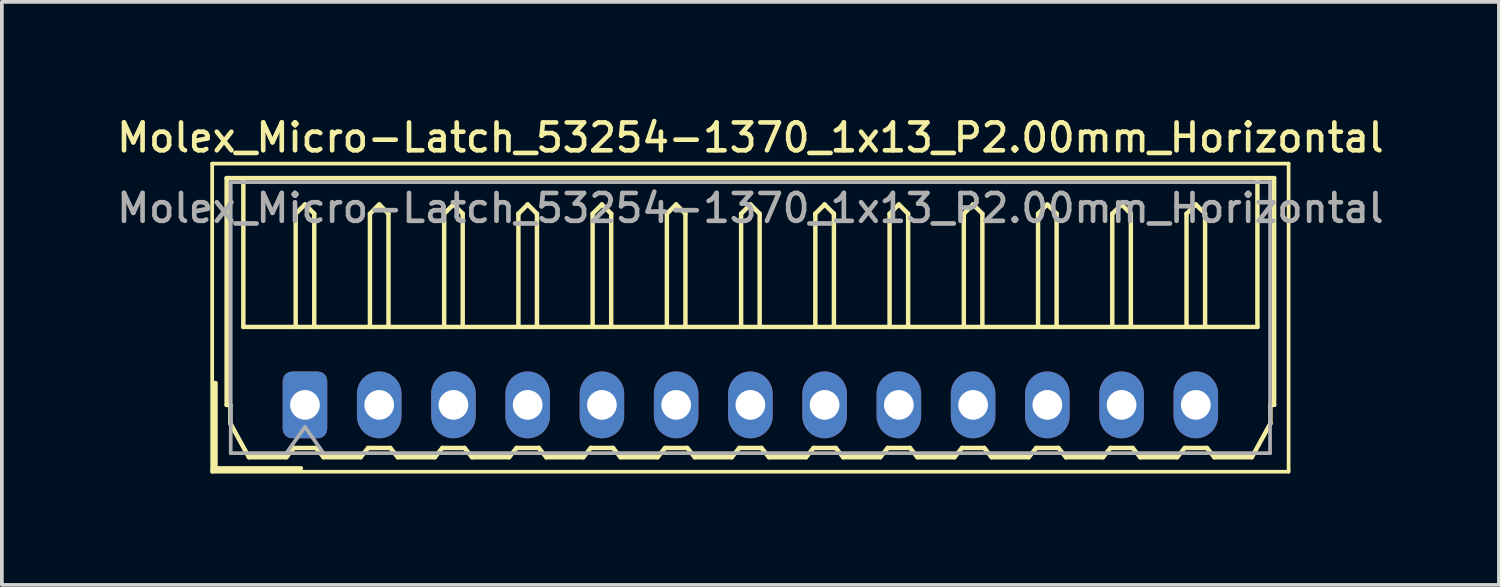
<source format=kicad_pcb>
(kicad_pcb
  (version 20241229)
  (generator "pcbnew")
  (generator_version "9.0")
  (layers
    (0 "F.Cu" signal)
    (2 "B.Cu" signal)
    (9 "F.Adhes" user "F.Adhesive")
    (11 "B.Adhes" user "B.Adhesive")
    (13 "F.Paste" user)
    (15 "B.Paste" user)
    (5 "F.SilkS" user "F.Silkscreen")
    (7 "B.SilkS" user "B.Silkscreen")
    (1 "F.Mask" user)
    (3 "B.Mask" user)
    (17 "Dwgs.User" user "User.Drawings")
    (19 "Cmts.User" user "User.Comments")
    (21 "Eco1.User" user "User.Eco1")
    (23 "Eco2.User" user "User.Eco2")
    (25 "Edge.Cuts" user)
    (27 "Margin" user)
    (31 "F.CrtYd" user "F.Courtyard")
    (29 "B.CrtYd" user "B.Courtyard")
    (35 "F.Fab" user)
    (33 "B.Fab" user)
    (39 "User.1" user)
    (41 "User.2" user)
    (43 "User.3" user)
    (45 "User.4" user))
  (footprint "Molex_Micro-Latch_53254-1370_1x13_P2.00mm_Horizontal"
    (layer "F.Cu")
    (at 5.166 7.858)
    (property "Reference" "Molex_Micro-Latch_53254-1370_1x13_P2.00mm_Horizontal" (at 12 -7.2 0) (layer "F.SilkS") (effects (font (size 0.75 0.75) (thickness 0.125))))
    (attr through_hole)
    (fp_line (start -2.5 -6.5) (end -2.5 1.8) (stroke (width 0.1) (type solid)) (layer "F.SilkS"))
    (fp_line (start -2.5 1.8) (end 26.5 1.8) (stroke (width 0.1) (type solid)) (layer "F.SilkS"))
    (fp_line (start -2.41 1.71) (end -2.41 -0.59) (stroke (width 0.12) (type solid)) (layer "F.SilkS"))
    (fp_line (start -2.11 -6.11) (end 12 -6.11) (stroke (width 0.12) (type solid)) (layer "F.SilkS"))
    (fp_line (start -2.11 0) (end -2.11 -6.11) (stroke (width 0.12) (type solid)) (layer "F.SilkS"))
    (fp_line (start -2.01 0) (end -2.11 0) (stroke (width 0.12) (type solid)) (layer "F.SilkS"))
    (fp_line (start -2.01 0.5) (end -2.01 0) (stroke (width 0.12) (type solid)) (layer "F.SilkS"))
    (fp_line (start -1.66 -6.11) (end -1.66 -2.1) (stroke (width 0.12) (type solid)) (layer "F.SilkS"))
    (fp_line (start -1.66 -2.1) (end 25.66 -2.1) (stroke (width 0.12) (type solid)) (layer "F.SilkS"))
    (fp_line (start -1.51 1.41) (end -2.01 0.5) (stroke (width 0.12) (type solid)) (layer "F.SilkS"))
    (fp_line (start -0.5 1.41) (end -1.51 1.41) (stroke (width 0.12) (type solid)) (layer "F.SilkS"))
    (fp_line (start -0.3 1.16) (end -0.5 1.41) (stroke (width 0.12) (type solid)) (layer "F.SilkS"))
    (fp_line (start -0.3 1.16) (end 0.3 1.16) (stroke (width 0.12) (type solid)) (layer "F.SilkS"))
    (fp_line (start -0.25 -5.15) (end 0 -5.4) (stroke (width 0.12) (type solid)) (layer "F.SilkS"))
    (fp_line (start -0.25 -2.1) (end -0.25 -5.15) (stroke (width 0.12) (type solid)) (layer "F.SilkS"))
    (fp_line (start -0.11 1.71) (end -2.41 1.71) (stroke (width 0.12) (type solid)) (layer "F.SilkS"))
    (fp_line (start 0 -5.4) (end 0.25 -5.15) (stroke (width 0.12) (type solid)) (layer "F.SilkS"))
    (fp_line (start 0.25 -5.15) (end 0.25 -2.1) (stroke (width 0.12) (type solid)) (layer "F.SilkS"))
    (fp_line (start 0.3 1.16) (end 0.5 1.41) (stroke (width 0.12) (type solid)) (layer "F.SilkS"))
    (fp_line (start 0.5 1.41) (end 1.5 1.41) (stroke (width 0.12) (type solid)) (layer "F.SilkS"))
    (fp_line (start 1.5 1.41) (end 1.7 1.16) (stroke (width 0.12) (type solid)) (layer "F.SilkS"))
    (fp_line (start 1.7 1.16) (end 2.3 1.16) (stroke (width 0.12) (type solid)) (layer "F.SilkS"))
    (fp_line (start 1.75 -5.15) (end 2 -5.4) (stroke (width 0.12) (type solid)) (layer "F.SilkS"))
    (fp_line (start 1.75 -2.1) (end 1.75 -5.15) (stroke (width 0.12) (type solid)) (layer "F.SilkS"))
    (fp_line (start 2 -5.4) (end 2.25 -5.15) (stroke (width 0.12) (type solid)) (layer "F.SilkS"))
    (fp_line (start 2.25 -5.15) (end 2.25 -2.1) (stroke (width 0.12) (type solid)) (layer "F.SilkS"))
    (fp_line (start 2.3 1.16) (end 2.5 1.41) (stroke (width 0.12) (type solid)) (layer "F.SilkS"))
    (fp_line (start 2.5 1.41) (end 3.5 1.41) (stroke (width 0.12) (type solid)) (layer "F.SilkS"))
    (fp_line (start 3.5 1.41) (end 3.7 1.16) (stroke (width 0.12) (type solid)) (layer "F.SilkS"))
    (fp_line (start 3.7 1.16) (end 4.3 1.16) (stroke (width 0.12) (type solid)) (layer "F.SilkS"))
    (fp_line (start 3.75 -5.15) (end 4 -5.4) (stroke (width 0.12) (type solid)) (layer "F.SilkS"))
    (fp_line (start 3.75 -2.1) (end 3.75 -5.15) (stroke (width 0.12) (type solid)) (layer "F.SilkS"))
    (fp_line (start 4 -5.4) (end 4.25 -5.15) (stroke (width 0.12) (type solid)) (layer "F.SilkS"))
    (fp_line (start 4.25 -5.15) (end 4.25 -2.1) (stroke (width 0.12) (type solid)) (layer "F.SilkS"))
    (fp_line (start 4.3 1.16) (end 4.5 1.41) (stroke (width 0.12) (type solid)) (layer "F.SilkS"))
    (fp_line (start 4.5 1.41) (end 5.5 1.41) (stroke (width 0.12) (type solid)) (layer "F.SilkS"))
    (fp_line (start 5.5 1.41) (end 5.7 1.16) (stroke (width 0.12) (type solid)) (layer "F.SilkS"))
    (fp_line (start 5.7 1.16) (end 6.3 1.16) (stroke (width 0.12) (type solid)) (layer "F.SilkS"))
    (fp_line (start 5.75 -5.15) (end 6 -5.4) (stroke (width 0.12) (type solid)) (layer "F.SilkS"))
    (fp_line (start 5.75 -2.1) (end 5.75 -5.15) (stroke (width 0.12) (type solid)) (layer "F.SilkS"))
    (fp_line (start 6 -5.4) (end 6.25 -5.15) (stroke (width 0.12) (type solid)) (layer "F.SilkS"))
    (fp_line (start 6.25 -5.15) (end 6.25 -2.1) (stroke (width 0.12) (type solid)) (layer "F.SilkS"))
    (fp_line (start 6.3 1.16) (end 6.5 1.41) (stroke (width 0.12) (type solid)) (layer "F.SilkS"))
    (fp_line (start 6.5 1.41) (end 7.5 1.41) (stroke (width 0.12) (type solid)) (layer "F.SilkS"))
    (fp_line (start 7.5 1.41) (end 7.7 1.16) (stroke (width 0.12) (type solid)) (layer "F.SilkS"))
    (fp_line (start 7.7 1.16) (end 8.3 1.16) (stroke (width 0.12) (type solid)) (layer "F.SilkS"))
    (fp_line (start 7.75 -5.15) (end 8 -5.4) (stroke (width 0.12) (type solid)) (layer "F.SilkS"))
    (fp_line (start 7.75 -2.1) (end 7.75 -5.15) (stroke (width 0.12) (type solid)) (layer "F.SilkS"))
    (fp_line (start 8 -5.4) (end 8.25 -5.15) (stroke (width 0.12) (type solid)) (layer "F.SilkS"))
    (fp_line (start 8.25 -5.15) (end 8.25 -2.1) (stroke (width 0.12) (type solid)) (layer "F.SilkS"))
    (fp_line (start 8.3 1.16) (end 8.5 1.41) (stroke (width 0.12) (type solid)) (layer "F.SilkS"))
    (fp_line (start 8.5 1.41) (end 9.5 1.41) (stroke (width 0.12) (type solid)) (layer "F.SilkS"))
    (fp_line (start 9.5 1.41) (end 9.7 1.16) (stroke (width 0.12) (type solid)) (layer "F.SilkS"))
    (fp_line (start 9.7 1.16) (end 10.3 1.16) (stroke (width 0.12) (type solid)) (layer "F.SilkS"))
    (fp_line (start 9.75 -5.15) (end 10 -5.4) (stroke (width 0.12) (type solid)) (layer "F.SilkS"))
    (fp_line (start 9.75 -2.1) (end 9.75 -5.15) (stroke (width 0.12) (type solid)) (layer "F.SilkS"))
    (fp_line (start 10 -5.4) (end 10.25 -5.15) (stroke (width 0.12) (type solid)) (layer "F.SilkS"))
    (fp_line (start 10.25 -5.15) (end 10.25 -2.1) (stroke (width 0.12) (type solid)) (layer "F.SilkS"))
    (fp_line (start 10.3 1.16) (end 10.5 1.41) (stroke (width 0.12) (type solid)) (layer "F.SilkS"))
    (fp_line (start 10.5 1.41) (end 11.5 1.41) (stroke (width 0.12) (type solid)) (layer "F.SilkS"))
    (fp_line (start 11.5 1.41) (end 11.7 1.16) (stroke (width 0.12) (type solid)) (layer "F.SilkS"))
    (fp_line (start 11.7 1.16) (end 12.3 1.16) (stroke (width 0.12) (type solid)) (layer "F.SilkS"))
    (fp_line (start 11.75 -5.15) (end 12 -5.4) (stroke (width 0.12) (type solid)) (layer "F.SilkS"))
    (fp_line (start 11.75 -2.1) (end 11.75 -5.15) (stroke (width 0.12) (type solid)) (layer "F.SilkS"))
    (fp_line (start 12 -5.4) (end 12.25 -5.15) (stroke (width 0.12) (type solid)) (layer "F.SilkS"))
    (fp_line (start 12.25 -5.15) (end 12.25 -2.1) (stroke (width 0.12) (type solid)) (layer "F.SilkS"))
    (fp_line (start 12.3 1.16) (end 12.5 1.41) (stroke (width 0.12) (type solid)) (layer "F.SilkS"))
    (fp_line (start 12.5 1.41) (end 13.5 1.41) (stroke (width 0.12) (type solid)) (layer "F.SilkS"))
    (fp_line (start 13.5 1.41) (end 13.7 1.16) (stroke (width 0.12) (type solid)) (layer "F.SilkS"))
    (fp_line (start 13.7 1.16) (end 14.3 1.16) (stroke (width 0.12) (type solid)) (layer "F.SilkS"))
    (fp_line (start 13.75 -5.15) (end 14 -5.4) (stroke (width 0.12) (type solid)) (layer "F.SilkS"))
    (fp_line (start 13.75 -2.1) (end 13.75 -5.15) (stroke (width 0.12) (type solid)) (layer "F.SilkS"))
    (fp_line (start 14 -5.4) (end 14.25 -5.15) (stroke (width 0.12) (type solid)) (layer "F.SilkS"))
    (fp_line (start 14.25 -5.15) (end 14.25 -2.1) (stroke (width 0.12) (type solid)) (layer "F.SilkS"))
    (fp_line (start 14.3 1.16) (end 14.5 1.41) (stroke (width 0.12) (type solid)) (layer "F.SilkS"))
    (fp_line (start 14.5 1.41) (end 15.5 1.41) (stroke (width 0.12) (type solid)) (layer "F.SilkS"))
    (fp_line (start 15.5 1.41) (end 15.7 1.16) (stroke (width 0.12) (type solid)) (layer "F.SilkS"))
    (fp_line (start 15.7 1.16) (end 16.3 1.16) (stroke (width 0.12) (type solid)) (layer "F.SilkS"))
    (fp_line (start 15.75 -5.15) (end 16 -5.4) (stroke (width 0.12) (type solid)) (layer "F.SilkS"))
    (fp_line (start 15.75 -2.1) (end 15.75 -5.15) (stroke (width 0.12) (type solid)) (layer "F.SilkS"))
    (fp_line (start 16 -5.4) (end 16.25 -5.15) (stroke (width 0.12) (type solid)) (layer "F.SilkS"))
    (fp_line (start 16.25 -5.15) (end 16.25 -2.1) (stroke (width 0.12) (type solid)) (layer "F.SilkS"))
    (fp_line (start 16.3 1.16) (end 16.5 1.41) (stroke (width 0.12) (type solid)) (layer "F.SilkS"))
    (fp_line (start 16.5 1.41) (end 17.5 1.41) (stroke (width 0.12) (type solid)) (layer "F.SilkS"))
    (fp_line (start 17.5 1.41) (end 17.7 1.16) (stroke (width 0.12) (type solid)) (layer "F.SilkS"))
    (fp_line (start 17.7 1.16) (end 18.3 1.16) (stroke (width 0.12) (type solid)) (layer "F.SilkS"))
    (fp_line (start 17.75 -5.15) (end 18 -5.4) (stroke (width 0.12) (type solid)) (layer "F.SilkS"))
    (fp_line (start 17.75 -2.1) (end 17.75 -5.15) (stroke (width 0.12) (type solid)) (layer "F.SilkS"))
    (fp_line (start 18 -5.4) (end 18.25 -5.15) (stroke (width 0.12) (type solid)) (layer "F.SilkS"))
    (fp_line (start 18.25 -5.15) (end 18.25 -2.1) (stroke (width 0.12) (type solid)) (layer "F.SilkS"))
    (fp_line (start 18.3 1.16) (end 18.5 1.41) (stroke (width 0.12) (type solid)) (layer "F.SilkS"))
    (fp_line (start 18.5 1.41) (end 19.5 1.41) (stroke (width 0.12) (type solid)) (layer "F.SilkS"))
    (fp_line (start 19.5 1.41) (end 19.7 1.16) (stroke (width 0.12) (type solid)) (layer "F.SilkS"))
    (fp_line (start 19.7 1.16) (end 20.3 1.16) (stroke (width 0.12) (type solid)) (layer "F.SilkS"))
    (fp_line (start 19.75 -5.15) (end 20 -5.4) (stroke (width 0.12) (type solid)) (layer "F.SilkS"))
    (fp_line (start 19.75 -2.1) (end 19.75 -5.15) (stroke (width 0.12) (type solid)) (layer "F.SilkS"))
    (fp_line (start 20 -5.4) (end 20.25 -5.15) (stroke (width 0.12) (type solid)) (layer "F.SilkS"))
    (fp_line (start 20.25 -5.15) (end 20.25 -2.1) (stroke (width 0.12) (type solid)) (layer "F.SilkS"))
    (fp_line (start 20.3 1.16) (end 20.5 1.41) (stroke (width 0.12) (type solid)) (layer "F.SilkS"))
    (fp_line (start 20.5 1.41) (end 21.5 1.41) (stroke (width 0.12) (type solid)) (layer "F.SilkS"))
    (fp_line (start 21.5 1.41) (end 21.7 1.16) (stroke (width 0.12) (type solid)) (layer "F.SilkS"))
    (fp_line (start 21.7 1.16) (end 22.3 1.16) (stroke (width 0.12) (type solid)) (layer "F.SilkS"))
    (fp_line (start 21.75 -5.15) (end 22 -5.4) (stroke (width 0.12) (type solid)) (layer "F.SilkS"))
    (fp_line (start 21.75 -2.1) (end 21.75 -5.15) (stroke (width 0.12) (type solid)) (layer "F.SilkS"))
    (fp_line (start 22 -5.4) (end 22.25 -5.15) (stroke (width 0.12) (type solid)) (layer "F.SilkS"))
    (fp_line (start 22.25 -5.15) (end 22.25 -2.1) (stroke (width 0.12) (type solid)) (layer "F.SilkS"))
    (fp_line (start 22.3 1.16) (end 22.5 1.41) (stroke (width 0.12) (type solid)) (layer "F.SilkS"))
    (fp_line (start 22.5 1.41) (end 23.5 1.41) (stroke (width 0.12) (type solid)) (layer "F.SilkS"))
    (fp_line (start 23.5 1.41) (end 23.7 1.16) (stroke (width 0.12) (type solid)) (layer "F.SilkS"))
    (fp_line (start 23.7 1.16) (end 24.3 1.16) (stroke (width 0.12) (type solid)) (layer "F.SilkS"))
    (fp_line (start 23.75 -5.15) (end 24 -5.4) (stroke (width 0.12) (type solid)) (layer "F.SilkS"))
    (fp_line (start 23.75 -2.1) (end 23.75 -5.15) (stroke (width 0.12) (type solid)) (layer "F.SilkS"))
    (fp_line (start 24 -5.4) (end 24.25 -5.15) (stroke (width 0.12) (type solid)) (layer "F.SilkS"))
    (fp_line (start 24.25 -5.15) (end 24.25 -2.1) (stroke (width 0.12) (type solid)) (layer "F.SilkS"))
    (fp_line (start 24.3 1.16) (end 24.5 1.41) (stroke (width 0.12) (type solid)) (layer "F.SilkS"))
    (fp_line (start 24.5 1.41) (end 25.51 1.41) (stroke (width 0.12) (type solid)) (layer "F.SilkS"))
    (fp_line (start 25.51 1.41) (end 26.01 0.5) (stroke (width 0.12) (type solid)) (layer "F.SilkS"))
    (fp_line (start 25.66 -2.1) (end 25.66 -6.11) (stroke (width 0.12) (type solid)) (layer "F.SilkS"))
    (fp_line (start 26.01 0) (end 26.11 0) (stroke (width 0.12) (type solid)) (layer "F.SilkS"))
    (fp_line (start 26.01 0.5) (end 26.01 0) (stroke (width 0.12) (type solid)) (layer "F.SilkS"))
    (fp_line (start 26.11 -6.11) (end 12 -6.11) (stroke (width 0.12) (type solid)) (layer "F.SilkS"))
    (fp_line (start 26.11 0) (end 26.11 -6.11) (stroke (width 0.12) (type solid)) (layer "F.SilkS"))
    (fp_line (start 26.5 -6.5) (end -2.5 -6.5) (stroke (width 0.1) (type solid)) (layer "F.SilkS"))
    (fp_line (start 26.5 1.8) (end 26.5 -6.5) (stroke (width 0.1) (type solid)) (layer "F.SilkS"))
    (fp_line (start -2 -6) (end -2 1.3) (stroke (width 0.1) (type solid)) (layer "F.Fab"))
    (fp_line (start -2 1.3) (end 26 1.3) (stroke (width 0.1) (type solid)) (layer "F.Fab"))
    (fp_line (start -0.5 1.3) (end 0 0.593) (stroke (width 0.1) (type solid)) (layer "F.Fab"))
    (fp_line (start 0 0.593) (end 0.5 1.3) (stroke (width 0.1) (type solid)) (layer "F.Fab"))
    (fp_line (start 26 -6) (end -2 -6) (stroke (width 0.1) (type solid)) (layer "F.Fab"))
    (fp_line (start 26 1.3) (end 26 -6) (stroke (width 0.1) (type solid)) (layer "F.Fab"))
    (fp_text user "${REFERENCE}" (at 12 -5.3 0) (layer "F.Fab") (effects (font (size 0.75 0.75) (thickness 0.125))))
    (pad "1" thru_hole roundrect (at 0 0) (size 1.2 1.8) (drill 0.8) (layers "*.Cu" "*.Mask") (roundrect_rratio 0.208))
    (pad "2" thru_hole oval (at 2 0) (size 1.2 1.8) (drill 0.8) (layers "*.Cu" "*.Mask"))
    (pad "3" thru_hole oval (at 4 0) (size 1.2 1.8) (drill 0.8) (layers "*.Cu" "*.Mask"))
    (pad "4" thru_hole oval (at 6 0) (size 1.2 1.8) (drill 0.8) (layers "*.Cu" "*.Mask"))
    (pad "5" thru_hole oval (at 8 0) (size 1.2 1.8) (drill 0.8) (layers "*.Cu" "*.Mask"))
    (pad "6" thru_hole oval (at 10 0) (size 1.2 1.8) (drill 0.8) (layers "*.Cu" "*.Mask"))
    (pad "7" thru_hole oval (at 12 0) (size 1.2 1.8) (drill 0.8) (layers "*.Cu" "*.Mask"))
    (pad "8" thru_hole oval (at 14 0) (size 1.2 1.8) (drill 0.8) (layers "*.Cu" "*.Mask"))
    (pad "9" thru_hole oval (at 16 0) (size 1.2 1.8) (drill 0.8) (layers "*.Cu" "*.Mask"))
    (pad "10" thru_hole oval (at 18 0) (size 1.2 1.8) (drill 0.8) (layers "*.Cu" "*.Mask"))
    (pad "11" thru_hole oval (at 20 0) (size 1.2 1.8) (drill 0.8) (layers "*.Cu" "*.Mask"))
    (pad "12" thru_hole oval (at 22 0) (size 1.2 1.8) (drill 0.8) (layers "*.Cu" "*.Mask"))
    (pad "13" thru_hole oval (at 24 0) (size 1.2 1.8) (drill 0.8) (layers "*.Cu" "*.Mask")))
  (gr_rect
    (start -3 -3)
    (end 37.332 12.708)
    (stroke (width 0.1) (type default))
    (fill no)
    (layer "Edge.Cuts")))
</source>
